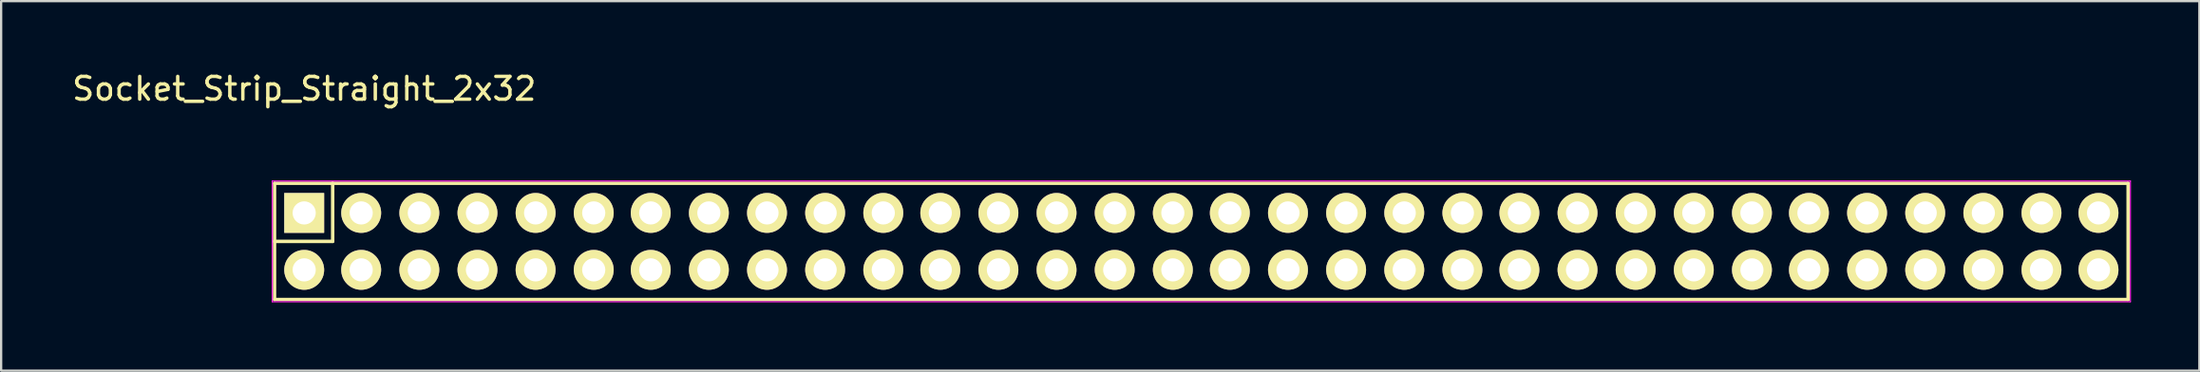
<source format=kicad_pcb>
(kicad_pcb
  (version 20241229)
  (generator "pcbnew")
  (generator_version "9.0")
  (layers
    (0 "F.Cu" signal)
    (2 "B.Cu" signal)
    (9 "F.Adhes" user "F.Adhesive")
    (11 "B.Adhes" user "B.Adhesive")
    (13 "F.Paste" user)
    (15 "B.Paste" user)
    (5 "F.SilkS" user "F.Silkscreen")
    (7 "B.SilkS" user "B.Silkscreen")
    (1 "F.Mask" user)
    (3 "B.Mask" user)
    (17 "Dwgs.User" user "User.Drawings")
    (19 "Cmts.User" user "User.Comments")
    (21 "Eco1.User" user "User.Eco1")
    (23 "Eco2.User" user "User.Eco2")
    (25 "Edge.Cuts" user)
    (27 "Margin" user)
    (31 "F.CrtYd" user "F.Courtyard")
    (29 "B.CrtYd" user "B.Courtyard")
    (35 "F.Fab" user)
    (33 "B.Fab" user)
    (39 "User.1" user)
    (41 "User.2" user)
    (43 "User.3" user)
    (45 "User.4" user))
  (footprint "Socket_Strip_Straight_2x32"
    (layer "F.Cu")
    (at 10.292 6.298)
    (property "Reference" "Socket_Strip_Straight_2x32" (at 0 -5.45 0) (layer "F.SilkS") (effects (font (size 1 1) (thickness 0.15))))
    (attr through_hole)
    (fp_line (start -1.3 -1.3) (end -1.3 1.25) (stroke (width 0.15) (type solid)) (layer "F.SilkS"))
    (fp_line (start -1.3 -1.3) (end 1.25 -1.3) (stroke (width 0.15) (type solid)) (layer "F.SilkS"))
    (fp_line (start -1.3 1.25) (end 1.25 1.25) (stroke (width 0.15) (type solid)) (layer "F.SilkS"))
    (fp_line (start -1.3 3.8) (end -1.3 1.25) (stroke (width 0.15) (type solid)) (layer "F.SilkS"))
    (fp_line (start 1.25 -1.3) (end 80 -1.3) (stroke (width 0.15) (type solid)) (layer "F.SilkS"))
    (fp_line (start 1.25 1.25) (end 1.25 -1.3) (stroke (width 0.15) (type solid)) (layer "F.SilkS"))
    (fp_line (start 80 3.8) (end -1.3 3.8) (stroke (width 0.15) (type solid)) (layer "F.SilkS"))
    (fp_line (start 80 3.8) (end 80 -1.3) (stroke (width 0.15) (type solid)) (layer "F.SilkS"))
    (fp_line (start -1.4 -1.4) (end -1.4 3.9) (stroke (width 0.05) (type solid)) (layer "F.CrtYd"))
    (fp_line (start -1.4 -1.4) (end 80.1 -1.4) (stroke (width 0.05) (type solid)) (layer "F.CrtYd"))
    (fp_line (start -1.4 3.9) (end 80.1 3.9) (stroke (width 0.05) (type solid)) (layer "F.CrtYd"))
    (fp_line (start 80.1 -1.4) (end 80.1 3.9) (stroke (width 0.05) (type solid)) (layer "F.CrtYd"))
    (pad "1" thru_hole rect (at 0 0) (size 1.75 1.75) (drill 1.016) (layers "*.Cu" "*.Mask" "F.SilkS"))
    (pad "2" thru_hole oval (at 0 2.5) (size 1.75 1.75) (drill 1.016) (layers "*.Cu" "*.Mask" "F.SilkS"))
    (pad "3" thru_hole oval (at 2.5 0) (size 1.75 1.75) (drill 1.016) (layers "*.Cu" "*.Mask" "F.SilkS"))
    (pad "4" thru_hole oval (at 2.5 2.5) (size 1.75 1.75) (drill 1.016) (layers "*.Cu" "*.Mask" "F.SilkS"))
    (pad "5" thru_hole oval (at 5.05 0) (size 1.75 1.75) (drill 1.016) (layers "*.Cu" "*.Mask" "F.SilkS"))
    (pad "6" thru_hole oval (at 5.05 2.5) (size 1.75 1.75) (drill 1.016) (layers "*.Cu" "*.Mask" "F.SilkS"))
    (pad "7" thru_hole oval (at 7.6 0) (size 1.75 1.75) (drill 1.016) (layers "*.Cu" "*.Mask" "F.SilkS"))
    (pad "8" thru_hole oval (at 7.6 2.5) (size 1.75 1.75) (drill 1.016) (layers "*.Cu" "*.Mask" "F.SilkS"))
    (pad "9" thru_hole oval (at 10.15 0) (size 1.75 1.75) (drill 1.016) (layers "*.Cu" "*.Mask" "F.SilkS"))
    (pad "10" thru_hole oval (at 10.15 2.5) (size 1.75 1.75) (drill 1.016) (layers "*.Cu" "*.Mask" "F.SilkS"))
    (pad "11" thru_hole oval (at 12.7 0) (size 1.75 1.75) (drill 1.016) (layers "*.Cu" "*.Mask" "F.SilkS"))
    (pad "12" thru_hole oval (at 12.7 2.5) (size 1.75 1.75) (drill 1.016) (layers "*.Cu" "*.Mask" "F.SilkS"))
    (pad "13" thru_hole oval (at 15.2 0) (size 1.75 1.75) (drill 1.016) (layers "*.Cu" "*.Mask" "F.SilkS"))
    (pad "14" thru_hole oval (at 15.2 2.5) (size 1.75 1.75) (drill 1.016) (layers "*.Cu" "*.Mask" "F.SilkS"))
    (pad "15" thru_hole oval (at 17.75 0) (size 1.75 1.75) (drill 1.016) (layers "*.Cu" "*.Mask" "F.SilkS"))
    (pad "16" thru_hole oval (at 17.75 2.5) (size 1.75 1.75) (drill 1.016) (layers "*.Cu" "*.Mask" "F.SilkS"))
    (pad "17" thru_hole oval (at 20.3 0) (size 1.75 1.75) (drill 1.016) (layers "*.Cu" "*.Mask" "F.SilkS"))
    (pad "18" thru_hole oval (at 20.3 2.5) (size 1.75 1.75) (drill 1.016) (layers "*.Cu" "*.Mask" "F.SilkS"))
    (pad "19" thru_hole oval (at 22.85 0) (size 1.75 1.75) (drill 1.016) (layers "*.Cu" "*.Mask" "F.SilkS"))
    (pad "20" thru_hole oval (at 22.85 2.5) (size 1.75 1.75) (drill 1.016) (layers "*.Cu" "*.Mask" "F.SilkS"))
    (pad "21" thru_hole oval (at 25.4 0) (size 1.75 1.75) (drill 1.016) (layers "*.Cu" "*.Mask" "F.SilkS"))
    (pad "22" thru_hole oval (at 25.4 2.5) (size 1.75 1.75) (drill 1.016) (layers "*.Cu" "*.Mask" "F.SilkS"))
    (pad "23" thru_hole oval (at 27.9 0) (size 1.75 1.75) (drill 1.016) (layers "*.Cu" "*.Mask" "F.SilkS"))
    (pad "24" thru_hole oval (at 27.9 2.5) (size 1.75 1.75) (drill 1.016) (layers "*.Cu" "*.Mask" "F.SilkS"))
    (pad "25" thru_hole oval (at 30.45 0) (size 1.75 1.75) (drill 1.016) (layers "*.Cu" "*.Mask" "F.SilkS"))
    (pad "26" thru_hole oval (at 30.45 2.5) (size 1.75 1.75) (drill 1.016) (layers "*.Cu" "*.Mask" "F.SilkS"))
    (pad "27" thru_hole oval (at 33 0) (size 1.75 1.75) (drill 1.016) (layers "*.Cu" "*.Mask" "F.SilkS"))
    (pad "28" thru_hole oval (at 33 2.5) (size 1.75 1.75) (drill 1.016) (layers "*.Cu" "*.Mask" "F.SilkS"))
    (pad "29" thru_hole oval (at 35.55 0) (size 1.75 1.75) (drill 1.016) (layers "*.Cu" "*.Mask" "F.SilkS"))
    (pad "30" thru_hole oval (at 35.55 2.5) (size 1.75 1.75) (drill 1.016) (layers "*.Cu" "*.Mask" "F.SilkS"))
    (pad "31" thru_hole oval (at 38.1 0) (size 1.75 1.75) (drill 1.016) (layers "*.Cu" "*.Mask" "F.SilkS"))
    (pad "32" thru_hole oval (at 38.1 2.5) (size 1.75 1.75) (drill 1.016) (layers "*.Cu" "*.Mask" "F.SilkS"))
    (pad "33" thru_hole oval (at 40.6 0) (size 1.75 1.75) (drill 1.016) (layers "*.Cu" "*.Mask" "F.SilkS"))
    (pad "34" thru_hole oval (at 40.6 2.5) (size 1.75 1.75) (drill 1.016) (layers "*.Cu" "*.Mask" "F.SilkS"))
    (pad "35" thru_hole oval (at 43.15 0) (size 1.75 1.75) (drill 1.016) (layers "*.Cu" "*.Mask" "F.SilkS"))
    (pad "36" thru_hole oval (at 43.15 2.5) (size 1.75 1.75) (drill 1.016) (layers "*.Cu" "*.Mask" "F.SilkS"))
    (pad "37" thru_hole oval (at 45.7 0) (size 1.75 1.75) (drill 1.016) (layers "*.Cu" "*.Mask" "F.SilkS"))
    (pad "38" thru_hole oval (at 45.7 2.5) (size 1.75 1.75) (drill 1.016) (layers "*.Cu" "*.Mask" "F.SilkS"))
    (pad "39" thru_hole oval (at 48.25 0) (size 1.75 1.75) (drill 1.016) (layers "*.Cu" "*.Mask" "F.SilkS"))
    (pad "40" thru_hole oval (at 48.25 2.5) (size 1.75 1.75) (drill 1.016) (layers "*.Cu" "*.Mask" "F.SilkS"))
    (pad "41" thru_hole oval (at 50.8 0) (size 1.75 1.75) (drill 1.016) (layers "*.Cu" "*.Mask" "F.SilkS"))
    (pad "42" thru_hole oval (at 50.8 2.5) (size 1.75 1.75) (drill 1.016) (layers "*.Cu" "*.Mask" "F.SilkS"))
    (pad "43" thru_hole oval (at 53.3 0) (size 1.75 1.75) (drill 1.016) (layers "*.Cu" "*.Mask" "F.SilkS"))
    (pad "44" thru_hole oval (at 53.3 2.5) (size 1.75 1.75) (drill 1.016) (layers "*.Cu" "*.Mask" "F.SilkS"))
    (pad "45" thru_hole oval (at 55.85 0) (size 1.75 1.75) (drill 1.016) (layers "*.Cu" "*.Mask" "F.SilkS"))
    (pad "46" thru_hole oval (at 55.85 2.5) (size 1.75 1.75) (drill 1.016) (layers "*.Cu" "*.Mask" "F.SilkS"))
    (pad "47" thru_hole oval (at 58.4 0) (size 1.75 1.75) (drill 1.016) (layers "*.Cu" "*.Mask" "F.SilkS"))
    (pad "48" thru_hole oval (at 58.4 2.5) (size 1.75 1.75) (drill 1.016) (layers "*.Cu" "*.Mask" "F.SilkS"))
    (pad "49" thru_hole oval (at 60.95 0) (size 1.75 1.75) (drill 1.016) (layers "*.Cu" "*.Mask" "F.SilkS"))
    (pad "50" thru_hole oval (at 60.95 2.5) (size 1.75 1.75) (drill 1.016) (layers "*.Cu" "*.Mask" "F.SilkS"))
    (pad "51" thru_hole oval (at 63.5 0) (size 1.75 1.75) (drill 1.016) (layers "*.Cu" "*.Mask" "F.SilkS"))
    (pad "52" thru_hole oval (at 63.5 2.5) (size 1.75 1.75) (drill 1.016) (layers "*.Cu" "*.Mask" "F.SilkS"))
    (pad "53" thru_hole oval (at 66 0) (size 1.75 1.75) (drill 1.016) (layers "*.Cu" "*.Mask" "F.SilkS"))
    (pad "54" thru_hole oval (at 66 2.5) (size 1.75 1.75) (drill 1.016) (layers "*.Cu" "*.Mask" "F.SilkS"))
    (pad "55" thru_hole oval (at 68.55 0) (size 1.75 1.75) (drill 1.016) (layers "*.Cu" "*.Mask" "F.SilkS"))
    (pad "56" thru_hole oval (at 68.55 2.5) (size 1.75 1.75) (drill 1.016) (layers "*.Cu" "*.Mask" "F.SilkS"))
    (pad "57" thru_hole oval (at 71.1 0) (size 1.75 1.75) (drill 1.016) (layers "*.Cu" "*.Mask" "F.SilkS"))
    (pad "58" thru_hole oval (at 71.1 2.5) (size 1.75 1.75) (drill 1.016) (layers "*.Cu" "*.Mask" "F.SilkS"))
    (pad "59" thru_hole oval (at 73.65 0) (size 1.75 1.75) (drill 1.016) (layers "*.Cu" "*.Mask" "F.SilkS"))
    (pad "60" thru_hole oval (at 73.65 2.5) (size 1.75 1.75) (drill 1.016) (layers "*.Cu" "*.Mask" "F.SilkS"))
    (pad "61" thru_hole oval (at 76.2 0) (size 1.75 1.75) (drill 1.016) (layers "*.Cu" "*.Mask" "F.SilkS"))
    (pad "62" thru_hole oval (at 76.2 2.5) (size 1.75 1.75) (drill 1.016) (layers "*.Cu" "*.Mask" "F.SilkS"))
    (pad "63" thru_hole oval (at 78.7 0) (size 1.75 1.75) (drill 1.016) (layers "*.Cu" "*.Mask" "F.SilkS"))
    (pad "64" thru_hole oval (at 78.7 2.5) (size 1.75 1.75) (drill 1.016) (layers "*.Cu" "*.Mask" "F.SilkS")))
  (gr_rect
    (start -3 -3)
    (end 93.417 13.223)
    (stroke (width 0.1) (type default))
    (fill no)
    (layer "Edge.Cuts")))
</source>
